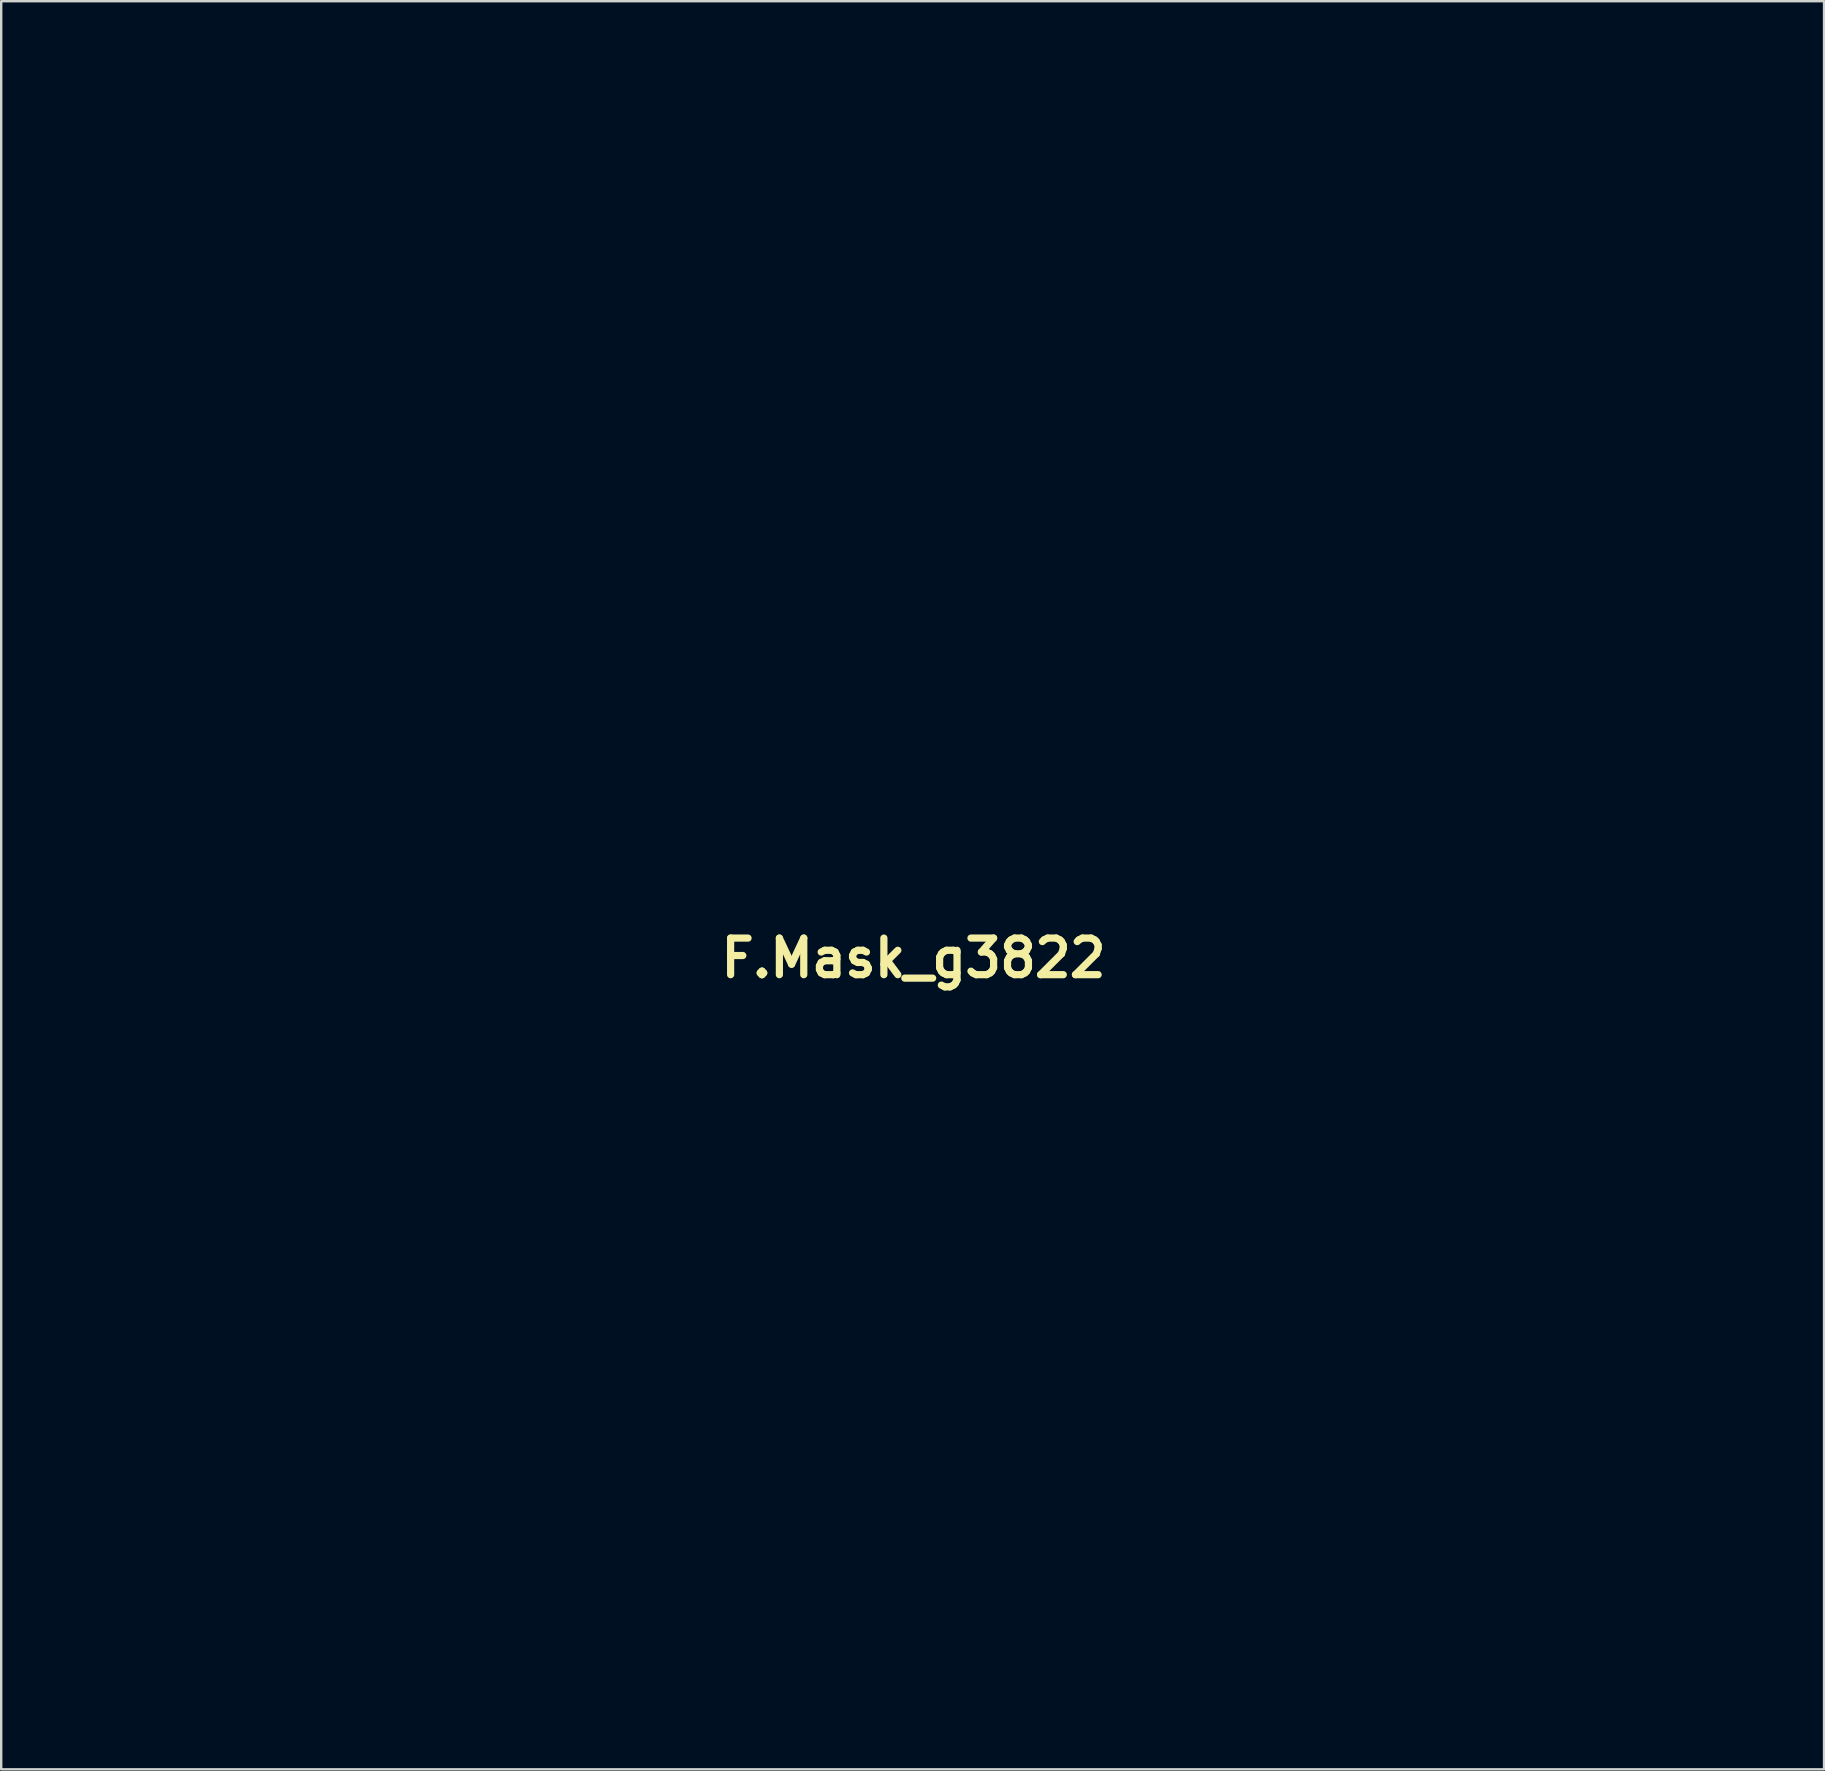
<source format=kicad_pcb>
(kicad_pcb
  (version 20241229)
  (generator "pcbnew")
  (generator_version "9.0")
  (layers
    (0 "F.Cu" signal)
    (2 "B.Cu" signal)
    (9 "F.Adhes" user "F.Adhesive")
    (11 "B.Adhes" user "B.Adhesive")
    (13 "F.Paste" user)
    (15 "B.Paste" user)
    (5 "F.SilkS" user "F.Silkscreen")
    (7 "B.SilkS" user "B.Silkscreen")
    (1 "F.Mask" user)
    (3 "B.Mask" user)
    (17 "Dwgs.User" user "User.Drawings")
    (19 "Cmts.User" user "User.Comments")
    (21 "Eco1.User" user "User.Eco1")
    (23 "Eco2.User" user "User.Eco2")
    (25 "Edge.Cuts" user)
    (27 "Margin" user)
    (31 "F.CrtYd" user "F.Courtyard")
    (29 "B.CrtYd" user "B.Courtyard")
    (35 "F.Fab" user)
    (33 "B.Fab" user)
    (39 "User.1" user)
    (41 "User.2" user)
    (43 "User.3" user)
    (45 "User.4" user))
  (footprint "F.Mask_g3822"
    (layer "F.Cu")
    (at 35.015 36.875)
    (property "Reference" "F.Mask_g3822" (at 0 0 0) (layer "F.SilkS") (effects (font (size 1.524 1.524) (thickness 0.3))))
    (attr through_hole)
    (fp_poly (pts (xy -16.401 -22.172) (xy -16.331 -22.132) (xy -16.232 -22.033) (xy -16.163 -21.917) (xy -16.126 -21.791) (xy -16.122 -21.663) (xy -16.153 -21.54) (xy -16.217 -21.434) (xy -16.311 -21.349) (xy -16.424 -21.291) (xy -16.546 -21.263) (xy -16.666 -21.27) (xy -16.708 -21.282) (xy -16.817 -21.342) (xy -16.906 -21.432) (xy -16.971 -21.543) (xy -17.008 -21.666) (xy -17.013 -21.792) (xy -16.985 -21.903) (xy -16.924 -22.005) (xy -16.834 -22.098) (xy -16.734 -22.166) (xy -16.628 -22.199) (xy -16.512 -22.2) (xy -16.401 -22.172)) (stroke (width 0.01) (type solid)) (fill yes) (layer "F.Mask"))
    (fp_poly (pts (xy -17.71 -24.862) (xy -17.594 -24.795) (xy -17.522 -24.727) (xy -17.449 -24.619) (xy -17.411 -24.503) (xy -17.406 -24.385) (xy -17.43 -24.271) (xy -17.48 -24.165) (xy -17.552 -24.074) (xy -17.643 -24.003) (xy -17.75 -23.958) (xy -17.869 -23.944) (xy -17.981 -23.962) (xy -18.077 -24.01) (xy -18.165 -24.09) (xy -18.238 -24.191) (xy -18.289 -24.302) (xy -18.309 -24.415) (xy -18.309 -24.423) (xy -18.29 -24.54) (xy -18.236 -24.654) (xy -18.157 -24.755) (xy -18.059 -24.832) (xy -17.967 -24.872) (xy -17.835 -24.888) (xy -17.71 -24.862)) (stroke (width 0.01) (type solid)) (fill yes) (layer "F.Mask"))
    (fp_poly (pts (xy -15.044 -22.735) (xy -14.938 -22.681) (xy -14.848 -22.6) (xy -14.778 -22.498) (xy -14.732 -22.384) (xy -14.713 -22.264) (xy -14.727 -22.145) (xy -14.755 -22.073) (xy -14.833 -21.959) (xy -14.933 -21.874) (xy -15.048 -21.822) (xy -15.171 -21.805) (xy -15.295 -21.825) (xy -15.335 -21.841) (xy -15.444 -21.912) (xy -15.532 -22.012) (xy -15.593 -22.13) (xy -15.62 -22.257) (xy -15.621 -22.281) (xy -15.601 -22.408) (xy -15.547 -22.525) (xy -15.465 -22.624) (xy -15.361 -22.7) (xy -15.243 -22.744) (xy -15.16 -22.754) (xy -15.044 -22.735)) (stroke (width 0.01) (type solid)) (fill yes) (layer "F.Mask"))
    (fp_poly (pts (xy -19.061 -24.259) (xy -18.948 -24.209) (xy -18.857 -24.134) (xy -18.79 -24.039) (xy -18.747 -23.932) (xy -18.731 -23.817) (xy -18.742 -23.701) (xy -18.782 -23.591) (xy -18.853 -23.492) (xy -18.955 -23.411) (xy -18.994 -23.391) (xy -19.12 -23.351) (xy -19.244 -23.351) (xy -19.361 -23.391) (xy -19.392 -23.41) (xy -19.508 -23.507) (xy -19.588 -23.619) (xy -19.63 -23.739) (xy -19.634 -23.864) (xy -19.598 -23.988) (xy -19.522 -24.106) (xy -19.513 -24.117) (xy -19.432 -24.199) (xy -19.356 -24.249) (xy -19.273 -24.273) (xy -19.194 -24.278) (xy -19.061 -24.259)) (stroke (width 0.01) (type solid)) (fill yes) (layer "F.Mask"))
    (fp_poly (pts (xy -17.973 -21.8) (xy -17.924 -21.774) (xy -17.798 -21.68) (xy -17.711 -21.57) (xy -17.663 -21.444) (xy -17.654 -21.307) (xy -17.677 -21.186) (xy -17.726 -21.083) (xy -17.802 -20.993) (xy -17.896 -20.922) (xy -17.999 -20.874) (xy -18.104 -20.857) (xy -18.182 -20.868) (xy -18.313 -20.928) (xy -18.42 -21.015) (xy -18.498 -21.122) (xy -18.544 -21.242) (xy -18.554 -21.37) (xy -18.55 -21.402) (xy -18.512 -21.516) (xy -18.44 -21.623) (xy -18.345 -21.715) (xy -18.233 -21.782) (xy -18.116 -21.817) (xy -18.11 -21.817) (xy -18.037 -21.819) (xy -17.973 -21.8)) (stroke (width 0.01) (type solid)) (fill yes) (layer "F.Mask"))
    (fp_poly (pts (xy -20.329 -25.297) (xy -20.209 -25.243) (xy -20.113 -25.158) (xy -20.047 -25.045) (xy -20.031 -25.001) (xy -20.008 -24.858) (xy -20.022 -24.725) (xy -20.069 -24.606) (xy -20.147 -24.509) (xy -20.25 -24.436) (xy -20.376 -24.395) (xy -20.433 -24.388) (xy -20.51 -24.386) (xy -20.564 -24.394) (xy -20.615 -24.417) (xy -20.666 -24.451) (xy -20.785 -24.552) (xy -20.865 -24.665) (xy -20.906 -24.785) (xy -20.908 -24.908) (xy -20.87 -25.03) (xy -20.791 -25.148) (xy -20.779 -25.162) (xy -20.697 -25.241) (xy -20.621 -25.289) (xy -20.539 -25.311) (xy -20.469 -25.315) (xy -20.329 -25.297)) (stroke (width 0.01) (type solid)) (fill yes) (layer "F.Mask"))
    (fp_poly (pts (xy -17.808 -23.249) (xy -17.746 -23.223) (xy -17.7 -23.199) (xy -17.582 -23.121) (xy -17.502 -23.027) (xy -17.456 -22.914) (xy -17.441 -22.774) (xy -17.441 -22.771) (xy -17.46 -22.642) (xy -17.51 -22.527) (xy -17.587 -22.43) (xy -17.683 -22.357) (xy -17.794 -22.311) (xy -17.912 -22.299) (xy -18.025 -22.322) (xy -18.143 -22.385) (xy -18.234 -22.477) (xy -18.296 -22.589) (xy -18.327 -22.714) (xy -18.324 -22.844) (xy -18.284 -22.973) (xy -18.272 -22.998) (xy -18.196 -23.099) (xy -18.095 -23.182) (xy -17.982 -23.237) (xy -17.919 -23.253) (xy -17.86 -23.257) (xy -17.808 -23.249)) (stroke (width 0.01) (type solid)) (fill yes) (layer "F.Mask"))
    (fp_poly (pts (xy -16.697 -20.642) (xy -16.595 -20.591) (xy -16.503 -20.501) (xy -16.486 -20.48) (xy -16.406 -20.348) (xy -16.368 -20.219) (xy -16.372 -20.092) (xy -16.418 -19.968) (xy -16.486 -19.872) (xy -16.588 -19.78) (xy -16.704 -19.725) (xy -16.828 -19.709) (xy -16.952 -19.732) (xy -16.986 -19.746) (xy -17.074 -19.802) (xy -17.158 -19.884) (xy -17.224 -19.977) (xy -17.243 -20.016) (xy -17.267 -20.115) (xy -17.269 -20.227) (xy -17.25 -20.333) (xy -17.232 -20.379) (xy -17.153 -20.493) (xy -17.051 -20.581) (xy -16.935 -20.638) (xy -16.813 -20.659) (xy -16.812 -20.659) (xy -16.697 -20.642)) (stroke (width 0.01) (type solid)) (fill yes) (layer "F.Mask"))
    (fp_poly (pts (xy -19.214 -22.789) (xy -19.188 -22.778) (xy -19.06 -22.703) (xy -18.97 -22.609) (xy -18.916 -22.495) (xy -18.898 -22.36) (xy -18.898 -22.354) (xy -18.913 -22.216) (xy -18.961 -22.097) (xy -19.018 -22.018) (xy -19.092 -21.946) (xy -19.179 -21.902) (xy -19.29 -21.877) (xy -19.319 -21.874) (xy -19.404 -21.871) (xy -19.469 -21.882) (xy -19.53 -21.908) (xy -19.631 -21.98) (xy -19.714 -22.08) (xy -19.771 -22.196) (xy -19.795 -22.316) (xy -19.796 -22.331) (xy -19.775 -22.459) (xy -19.717 -22.579) (xy -19.627 -22.684) (xy -19.53 -22.755) (xy -19.42 -22.803) (xy -19.318 -22.814) (xy -19.214 -22.789)) (stroke (width 0.01) (type solid)) (fill yes) (layer "F.Mask"))
    (fp_poly (pts (xy -16.499 -23.819) (xy -16.413 -23.782) (xy -16.329 -23.73) (xy -16.262 -23.673) (xy -16.25 -23.657) (xy -16.184 -23.547) (xy -16.141 -23.426) (xy -16.129 -23.328) (xy -16.142 -23.248) (xy -16.177 -23.154) (xy -16.224 -23.065) (xy -16.276 -22.997) (xy -16.28 -22.993) (xy -16.383 -22.926) (xy -16.507 -22.89) (xy -16.641 -22.886) (xy -16.737 -22.905) (xy -16.806 -22.939) (xy -16.88 -23) (xy -16.947 -23.074) (xy -16.986 -23.135) (xy -17.024 -23.247) (xy -17.034 -23.374) (xy -17.017 -23.489) (xy -16.967 -23.597) (xy -16.886 -23.694) (xy -16.784 -23.77) (xy -16.67 -23.819) (xy -16.571 -23.833) (xy -16.499 -23.819)) (stroke (width 0.01) (type solid)) (fill yes) (layer "F.Mask"))
    (fp_poly (pts (xy -19.014 -25.878) (xy -18.977 -25.866) (xy -18.907 -25.825) (xy -18.83 -25.759) (xy -18.76 -25.68) (xy -18.709 -25.601) (xy -18.699 -25.578) (xy -18.676 -25.473) (xy -18.676 -25.355) (xy -18.698 -25.244) (xy -18.718 -25.196) (xy -18.779 -25.109) (xy -18.862 -25.029) (xy -18.931 -24.983) (xy -19.012 -24.955) (xy -19.109 -24.942) (xy -19.204 -24.944) (xy -19.281 -24.962) (xy -19.293 -24.968) (xy -19.406 -25.049) (xy -19.494 -25.153) (xy -19.518 -25.193) (xy -19.547 -25.285) (xy -19.558 -25.397) (xy -19.549 -25.513) (xy -19.522 -25.614) (xy -19.518 -25.623) (xy -19.451 -25.726) (xy -19.358 -25.807) (xy -19.248 -25.862) (xy -19.13 -25.887) (xy -19.014 -25.878)) (stroke (width 0.01) (type solid)) (fill yes) (layer "F.Mask"))
    (fp_poly (pts (xy -20.52 -23.861) (xy -20.402 -23.815) (xy -20.303 -23.733) (xy -20.267 -23.687) (xy -20.236 -23.64) (xy -20.217 -23.598) (xy -20.208 -23.547) (xy -20.204 -23.476) (xy -20.204 -23.41) (xy -20.205 -23.319) (xy -20.209 -23.258) (xy -20.221 -23.215) (xy -20.242 -23.177) (xy -20.269 -23.142) (xy -20.349 -23.063) (xy -20.445 -22.995) (xy -20.543 -22.949) (xy -20.595 -22.936) (xy -20.665 -22.937) (xy -20.744 -22.953) (xy -20.759 -22.958) (xy -20.87 -23.017) (xy -20.964 -23.104) (xy -21.036 -23.21) (xy -21.081 -23.326) (xy -21.094 -23.444) (xy -21.084 -23.516) (xy -21.027 -23.645) (xy -20.932 -23.76) (xy -20.877 -23.806) (xy -20.823 -23.841) (xy -20.765 -23.86) (xy -20.687 -23.869) (xy -20.661 -23.871) (xy -20.52 -23.861)) (stroke (width 0.01) (type solid)) (fill yes) (layer "F.Mask"))
    (fp_poly (pts (xy -33.966 -36.866) (xy -33.869 -36.852) (xy -33.753 -36.827) (xy -33.736 -36.823) (xy -33.428 -36.735) (xy -33.096 -36.615) (xy -32.742 -36.464) (xy -32.369 -36.283) (xy -31.979 -36.073) (xy -31.574 -35.837) (xy -31.156 -35.575) (xy -30.728 -35.288) (xy -30.291 -34.978) (xy -29.848 -34.645) (xy -29.4 -34.292) (xy -29.302 -34.213) (xy -29.173 -34.106) (xy -29.044 -33.997) (xy -28.921 -33.891) (xy -28.806 -33.791) (xy -28.705 -33.7) (xy -28.621 -33.622) (xy -28.558 -33.561) (xy -28.52 -33.521) (xy -28.512 -33.506) (xy -28.524 -33.486) (xy -28.561 -33.436) (xy -28.619 -33.36) (xy -28.697 -33.26) (xy -28.791 -33.139) (xy -28.899 -33.002) (xy -29.018 -32.851) (xy -29.146 -32.69) (xy -29.182 -32.644) (xy -29.327 -32.462) (xy -29.476 -32.275) (xy -29.624 -32.089) (xy -29.766 -31.909) (xy -29.899 -31.741) (xy -30.018 -31.59) (xy -30.118 -31.462) (xy -30.183 -31.379) (xy -30.337 -31.18) (xy -30.472 -31.008) (xy -30.587 -30.864) (xy -30.679 -30.748) (xy -30.749 -30.663) (xy -30.796 -30.609) (xy -30.818 -30.587) (xy -30.819 -30.587) (xy -30.838 -30.6) (xy -30.883 -30.635) (xy -30.949 -30.689) (xy -31.031 -30.756) (xy -31.083 -30.8) (xy -31.604 -31.249) (xy -32.086 -31.684) (xy -32.53 -32.106) (xy -32.935 -32.516) (xy -33.304 -32.914) (xy -33.635 -33.303) (xy -33.931 -33.681) (xy -34.192 -34.05) (xy -34.418 -34.412) (xy -34.61 -34.766) (xy -34.769 -35.113) (xy -34.892 -35.448) (xy -34.94 -35.596) (xy -34.974 -35.712) (xy -34.997 -35.805) (xy -35.008 -35.882) (xy -35.01 -35.951) (xy -35.004 -36.021) (xy -34.991 -36.098) (xy -34.988 -36.111) (xy -34.93 -36.318) (xy -34.847 -36.496) (xy -34.74 -36.641) (xy -34.611 -36.753) (xy -34.527 -36.801) (xy -34.463 -36.829) (xy -34.401 -36.848) (xy -34.329 -36.859) (xy -34.233 -36.866) (xy -34.184 -36.868) (xy -34.065 -36.87) (xy -33.966 -36.866)) (stroke (width 0.01) (type solid)) (fill yes) (layer "F.Mask"))
    (fp_poly (pts (xy -7.955 -19.854) (xy -7.869 -19.851) (xy -7.797 -19.842) (xy -7.732 -19.824) (xy -7.667 -19.794) (xy -7.595 -19.749) (xy -7.508 -19.686) (xy -7.4 -19.601) (xy -7.318 -19.537) (xy -7.038 -19.315) (xy -7.324 -19.291) (xy -7.536 -19.269) (xy -7.722 -19.24) (xy -7.895 -19.199) (xy -8.065 -19.144) (xy -8.245 -19.071) (xy -8.445 -18.978) (xy -8.477 -18.962) (xy -8.811 -18.777) (xy -9.151 -18.551) (xy -9.498 -18.283) (xy -9.852 -17.974) (xy -10.212 -17.624) (xy -10.44 -17.384) (xy -10.594 -17.215) (xy -10.724 -17.066) (xy -10.839 -16.927) (xy -10.945 -16.788) (xy -11.05 -16.64) (xy -11.159 -16.478) (xy -11.396 -16.084) (xy -11.591 -15.684) (xy -11.745 -15.28) (xy -11.858 -14.87) (xy -11.928 -14.457) (xy -11.95 -14.213) (xy -11.953 -13.98) (xy -11.938 -13.73) (xy -11.905 -13.478) (xy -11.858 -13.233) (xy -11.797 -13.008) (xy -11.737 -12.843) (xy -11.732 -12.813) (xy -11.74 -12.806) (xy -11.761 -12.819) (xy -11.81 -12.855) (xy -11.88 -12.909) (xy -11.966 -12.978) (xy -12.064 -13.057) (xy -12.065 -13.058) (xy -12.173 -13.147) (xy -12.253 -13.215) (xy -12.311 -13.268) (xy -12.352 -13.311) (xy -12.381 -13.351) (xy -12.404 -13.393) (xy -12.426 -13.443) (xy -12.431 -13.455) (xy -12.489 -13.613) (xy -12.545 -13.795) (xy -12.594 -13.985) (xy -12.631 -14.164) (xy -12.639 -14.213) (xy -12.654 -14.354) (xy -12.662 -14.522) (xy -12.665 -14.705) (xy -12.661 -14.89) (xy -12.651 -15.065) (xy -12.635 -15.215) (xy -12.628 -15.261) (xy -12.547 -15.639) (xy -12.437 -16.003) (xy -12.296 -16.357) (xy -12.123 -16.705) (xy -11.915 -17.049) (xy -11.671 -17.393) (xy -11.389 -17.741) (xy -11.137 -18.023) (xy -10.783 -18.385) (xy -10.436 -18.708) (xy -10.094 -18.991) (xy -9.76 -19.233) (xy -9.433 -19.435) (xy -9.218 -19.548) (xy -9.003 -19.648) (xy -8.813 -19.725) (xy -8.639 -19.782) (xy -8.473 -19.82) (xy -8.306 -19.843) (xy -8.129 -19.853) (xy -8.063 -19.854) (xy -7.955 -19.854)) (stroke (width 0.01) (type solid)) (fill yes) (layer "F.Mask"))
    (fp_poly (pts (xy -9.049 -20.645) (xy -8.938 -20.633) (xy -8.856 -20.614) (xy -8.842 -20.609) (xy -8.808 -20.589) (xy -8.751 -20.55) (xy -8.678 -20.498) (xy -8.597 -20.438) (xy -8.515 -20.376) (xy -8.439 -20.317) (xy -8.376 -20.266) (xy -8.334 -20.229) (xy -8.319 -20.212) (xy -8.339 -20.206) (xy -8.392 -20.198) (xy -8.47 -20.191) (xy -8.549 -20.185) (xy -8.752 -20.168) (xy -8.938 -20.139) (xy -9.116 -20.096) (xy -9.297 -20.037) (xy -9.49 -19.958) (xy -9.706 -19.856) (xy -9.727 -19.846) (xy -9.968 -19.719) (xy -10.195 -19.585) (xy -10.414 -19.438) (xy -10.631 -19.275) (xy -10.853 -19.09) (xy -11.085 -18.88) (xy -11.333 -18.639) (xy -11.367 -18.606) (xy -11.559 -18.41) (xy -11.725 -18.237) (xy -11.869 -18.08) (xy -11.997 -17.933) (xy -12.112 -17.791) (xy -12.22 -17.648) (xy -12.326 -17.497) (xy -12.371 -17.431) (xy -12.615 -17.036) (xy -12.817 -16.641) (xy -12.977 -16.245) (xy -13.095 -15.849) (xy -13.17 -15.453) (xy -13.204 -15.057) (xy -13.195 -14.662) (xy -13.188 -14.585) (xy -13.161 -14.383) (xy -13.117 -14.159) (xy -13.061 -13.926) (xy -13.027 -13.806) (xy -13.022 -13.77) (xy -13.031 -13.759) (xy -13.053 -13.772) (xy -13.101 -13.807) (xy -13.171 -13.861) (xy -13.256 -13.928) (xy -13.324 -13.983) (xy -13.417 -14.059) (xy -13.498 -14.128) (xy -13.562 -14.183) (xy -13.603 -14.221) (xy -13.615 -14.234) (xy -13.628 -14.265) (xy -13.65 -14.325) (xy -13.679 -14.406) (xy -13.696 -14.457) (xy -13.792 -14.809) (xy -13.846 -15.17) (xy -13.859 -15.541) (xy -13.831 -15.922) (xy -13.766 -16.296) (xy -13.665 -16.664) (xy -13.525 -17.038) (xy -13.35 -17.41) (xy -13.141 -17.776) (xy -12.901 -18.131) (xy -12.877 -18.164) (xy -12.706 -18.381) (xy -12.508 -18.612) (xy -12.288 -18.852) (xy -12.055 -19.091) (xy -11.815 -19.323) (xy -11.577 -19.541) (xy -11.347 -19.736) (xy -11.261 -19.805) (xy -11.007 -19.99) (xy -10.743 -20.158) (xy -10.475 -20.306) (xy -10.208 -20.43) (xy -9.949 -20.529) (xy -9.704 -20.599) (xy -9.477 -20.638) (xy -9.463 -20.64) (xy -9.322 -20.649) (xy -9.181 -20.65) (xy -9.049 -20.645)) (stroke (width 0.01) (type solid)) (fill yes) (layer "F.Mask"))
    (fp_poly (pts (xy 1.086 24.6) (xy 1.101 24.608) (xy 1.093 24.633) (xy 1.071 24.688) (xy 1.039 24.764) (xy 1.001 24.854) (xy 0.96 24.948) (xy 0.92 25.039) (xy 0.885 25.117) (xy 0.859 25.174) (xy 0.844 25.202) (xy 0.844 25.202) (xy 0.811 25.222) (xy 0.756 25.239) (xy 0.746 25.241) (xy 0.7 25.252) (xy 0.622 25.275) (xy 0.521 25.306) (xy 0.406 25.342) (xy 0.319 25.371) (xy -0.125 25.53) (xy -0.538 25.703) (xy -0.92 25.89) (xy -1.269 26.088) (xy -1.585 26.298) (xy -1.865 26.518) (xy -2.11 26.748) (xy -2.317 26.986) (xy -2.486 27.232) (xy -2.616 27.485) (xy -2.705 27.743) (xy -2.724 27.821) (xy -2.744 27.974) (xy -2.747 28.148) (xy -2.733 28.326) (xy -2.703 28.489) (xy -2.688 28.543) (xy -2.593 28.783) (xy -2.459 29.023) (xy -2.287 29.262) (xy -2.082 29.496) (xy -1.845 29.723) (xy -1.579 29.939) (xy -1.287 30.143) (xy -1.079 30.269) (xy -1.007 30.311) (xy -0.949 30.345) (xy -0.916 30.365) (xy -0.911 30.368) (xy -0.915 30.39) (xy -0.934 30.439) (xy -0.966 30.507) (xy -1.004 30.583) (xy -1.045 30.66) (xy -1.084 30.727) (xy -1.115 30.776) (xy -1.134 30.797) (xy -1.135 30.797) (xy -1.162 30.788) (xy -1.219 30.763) (xy -1.299 30.725) (xy -1.395 30.678) (xy -1.443 30.654) (xy -1.78 30.467) (xy -2.087 30.264) (xy -2.364 30.045) (xy -2.608 29.813) (xy -2.816 29.571) (xy -2.988 29.319) (xy -3.121 29.061) (xy -3.194 28.863) (xy -3.237 28.69) (xy -3.269 28.489) (xy -3.29 28.27) (xy -3.298 28.048) (xy -3.296 27.919) (xy -3.278 27.689) (xy -3.242 27.474) (xy -3.185 27.271) (xy -3.106 27.075) (xy -3.001 26.883) (xy -2.87 26.693) (xy -2.709 26.5) (xy -2.516 26.301) (xy -2.29 26.093) (xy -2.027 25.872) (xy -1.955 25.814) (xy -1.748 25.651) (xy -1.563 25.513) (xy -1.392 25.395) (xy -1.227 25.291) (xy -1.061 25.196) (xy -0.884 25.105) (xy -0.859 25.092) (xy -0.454 24.914) (xy -0.044 24.775) (xy 0.378 24.673) (xy 0.638 24.628) (xy 0.753 24.614) (xy 0.863 24.603) (xy 0.96 24.597) (xy 1.037 24.596) (xy 1.086 24.6)) (stroke (width 0.01) (type solid)) (fill yes) (layer "F.Mask"))
    (fp_poly (pts (xy -10.118 -21.287) (xy -10.003 -21.281) (xy -9.91 -21.272) (xy -9.848 -21.261) (xy -9.819 -21.249) (xy -9.805 -21.229) (xy -9.805 -21.194) (xy -9.819 -21.134) (xy -9.843 -21.052) (xy -9.887 -20.913) (xy -10.008 -20.913) (xy -10.169 -20.896) (xy -10.353 -20.848) (xy -10.559 -20.769) (xy -10.784 -20.66) (xy -11.026 -20.524) (xy -11.281 -20.36) (xy -11.548 -20.172) (xy -11.825 -19.959) (xy -12.064 -19.762) (xy -12.158 -19.68) (xy -12.273 -19.573) (xy -12.405 -19.447) (xy -12.548 -19.308) (xy -12.696 -19.161) (xy -12.844 -19.013) (xy -12.986 -18.867) (xy -13.117 -18.731) (xy -13.232 -18.609) (xy -13.324 -18.507) (xy -13.366 -18.457) (xy -13.633 -18.104) (xy -13.866 -17.726) (xy -14.065 -17.326) (xy -14.227 -16.909) (xy -14.315 -16.616) (xy -14.335 -16.541) (xy -14.35 -16.478) (xy -14.362 -16.419) (xy -14.37 -16.358) (xy -14.375 -16.287) (xy -14.379 -16.201) (xy -14.381 -16.091) (xy -14.381 -15.95) (xy -14.382 -15.822) (xy -14.381 -15.626) (xy -14.379 -15.464) (xy -14.373 -15.329) (xy -14.362 -15.211) (xy -14.346 -15.104) (xy -14.323 -15) (xy -14.293 -14.889) (xy -14.254 -14.765) (xy -14.225 -14.679) (xy -14.194 -14.585) (xy -14.169 -14.509) (xy -14.154 -14.456) (xy -14.15 -14.436) (xy -14.15 -14.436) (xy -14.168 -14.448) (xy -14.212 -14.483) (xy -14.275 -14.533) (xy -14.339 -14.585) (xy -14.425 -14.658) (xy -14.485 -14.717) (xy -14.53 -14.773) (xy -14.568 -14.837) (xy -14.592 -14.886) (xy -14.661 -15.044) (xy -14.716 -15.199) (xy -14.757 -15.359) (xy -14.787 -15.532) (xy -14.807 -15.726) (xy -14.817 -15.947) (xy -14.819 -16.161) (xy -14.818 -16.368) (xy -14.811 -16.544) (xy -14.798 -16.698) (xy -14.777 -16.841) (xy -14.746 -16.983) (xy -14.704 -17.135) (xy -14.65 -17.307) (xy -14.649 -17.311) (xy -14.498 -17.71) (xy -14.313 -18.097) (xy -14.091 -18.475) (xy -13.83 -18.849) (xy -13.642 -19.085) (xy -13.549 -19.193) (xy -13.432 -19.322) (xy -13.298 -19.464) (xy -13.152 -19.614) (xy -13.001 -19.766) (xy -12.85 -19.914) (xy -12.706 -20.051) (xy -12.575 -20.173) (xy -12.462 -20.273) (xy -12.404 -20.322) (xy -12.116 -20.54) (xy -11.826 -20.735) (xy -11.538 -20.904) (xy -11.256 -21.046) (xy -10.986 -21.157) (xy -10.73 -21.237) (xy -10.557 -21.273) (xy -10.472 -21.282) (xy -10.363 -21.287) (xy -10.241 -21.289) (xy -10.118 -21.287)) (stroke (width 0.01) (type solid)) (fill yes) (layer "F.Mask"))
    (fp_poly (pts (xy -11.477 -22.445) (xy -11.416 -22.441) (xy -11.372 -22.433) (xy -11.337 -22.419) (xy -11.302 -22.399) (xy -11.278 -22.384) (xy -11.237 -22.355) (xy -11.174 -22.308) (xy -11.091 -22.246) (xy -10.996 -22.173) (xy -10.893 -22.094) (xy -10.788 -22.012) (xy -10.686 -21.932) (xy -10.592 -21.858) (xy -10.511 -21.794) (xy -10.449 -21.744) (xy -10.411 -21.711) (xy -10.402 -21.701) (xy -10.423 -21.698) (xy -10.479 -21.692) (xy -10.56 -21.684) (xy -10.659 -21.675) (xy -10.665 -21.674) (xy -10.937 -21.638) (xy -11.204 -21.575) (xy -11.471 -21.485) (xy -11.743 -21.364) (xy -12.025 -21.211) (xy -12.323 -21.024) (xy -12.482 -20.914) (xy -12.638 -20.798) (xy -12.794 -20.671) (xy -12.958 -20.529) (xy -13.134 -20.368) (xy -13.327 -20.181) (xy -13.464 -20.046) (xy -13.68 -19.826) (xy -13.868 -19.627) (xy -14.032 -19.442) (xy -14.179 -19.264) (xy -14.311 -19.089) (xy -14.435 -18.91) (xy -14.555 -18.72) (xy -14.655 -18.551) (xy -14.854 -18.167) (xy -15.014 -17.779) (xy -15.134 -17.391) (xy -15.214 -17.002) (xy -15.253 -16.616) (xy -15.252 -16.233) (xy -15.209 -15.855) (xy -15.141 -15.541) (xy -15.11 -15.424) (xy -15.089 -15.342) (xy -15.077 -15.289) (xy -15.073 -15.258) (xy -15.075 -15.244) (xy -15.083 -15.24) (xy -15.084 -15.24) (xy -15.105 -15.253) (xy -15.154 -15.29) (xy -15.225 -15.345) (xy -15.315 -15.417) (xy -15.419 -15.5) (xy -15.483 -15.553) (xy -15.631 -15.674) (xy -15.75 -15.772) (xy -15.844 -15.853) (xy -15.916 -15.919) (xy -15.971 -15.975) (xy -16.011 -16.026) (xy -16.042 -16.075) (xy -16.065 -16.126) (xy -16.086 -16.185) (xy -16.108 -16.254) (xy -16.178 -16.5) (xy -16.226 -16.728) (xy -16.256 -16.954) (xy -16.27 -17.156) (xy -16.266 -17.543) (xy -16.22 -17.932) (xy -16.133 -18.321) (xy -16.006 -18.71) (xy -15.838 -19.095) (xy -15.631 -19.477) (xy -15.386 -19.853) (xy -15.102 -20.222) (xy -15.037 -20.299) (xy -14.914 -20.437) (xy -14.772 -20.591) (xy -14.616 -20.753) (xy -14.453 -20.916) (xy -14.29 -21.076) (xy -14.133 -21.224) (xy -13.989 -21.355) (xy -13.864 -21.462) (xy -13.832 -21.488) (xy -13.487 -21.747) (xy -13.152 -21.966) (xy -12.825 -22.146) (xy -12.505 -22.288) (xy -12.191 -22.392) (xy -12.171 -22.397) (xy -12.084 -22.418) (xy -11.999 -22.432) (xy -11.905 -22.441) (xy -11.79 -22.445) (xy -11.683 -22.446) (xy -11.563 -22.446) (xy -11.477 -22.445)) (stroke (width 0.01) (type solid)) (fill yes) (layer "F.Mask"))
    (fp_poly (pts (xy 6.363 20.357) (xy 6.617 20.651) (xy 6.851 20.942) (xy 7.063 21.226) (xy 7.25 21.5) (xy 7.412 21.762) (xy 7.545 22.007) (xy 7.647 22.233) (xy 7.714 22.423) (xy 7.773 22.663) (xy 7.819 22.928) (xy 7.851 23.205) (xy 7.869 23.483) (xy 7.871 23.748) (xy 7.856 23.989) (xy 7.854 24.003) (xy 7.815 24.275) (xy 7.757 24.564) (xy 7.682 24.862) (xy 7.595 25.163) (xy 7.496 25.459) (xy 7.388 25.743) (xy 7.274 26.007) (xy 7.157 26.244) (xy 7.038 26.447) (xy 7.023 26.469) (xy 6.954 26.563) (xy 6.859 26.675) (xy 6.746 26.799) (xy 6.622 26.927) (xy 6.496 27.051) (xy 6.373 27.164) (xy 6.262 27.258) (xy 6.216 27.293) (xy 5.911 27.501) (xy 5.573 27.7) (xy 5.213 27.884) (xy 4.841 28.049) (xy 4.466 28.189) (xy 4.353 28.226) (xy 4.238 28.262) (xy 4.158 28.286) (xy 4.108 28.296) (xy 4.083 28.293) (xy 4.077 28.277) (xy 4.086 28.247) (xy 4.097 28.22) (xy 4.115 28.176) (xy 4.147 28.099) (xy 4.187 28) (xy 4.234 27.884) (xy 4.28 27.771) (xy 4.327 27.655) (xy 4.368 27.553) (xy 4.401 27.472) (xy 4.423 27.418) (xy 4.432 27.396) (xy 4.432 27.396) (xy 4.453 27.392) (xy 4.507 27.382) (xy 4.584 27.369) (xy 4.646 27.358) (xy 4.754 27.34) (xy 4.863 27.319) (xy 4.955 27.299) (xy 4.985 27.292) (xy 5.061 27.266) (xy 5.166 27.223) (xy 5.291 27.166) (xy 5.431 27.099) (xy 5.576 27.026) (xy 5.719 26.95) (xy 5.852 26.876) (xy 5.968 26.807) (xy 6.031 26.767) (xy 6.315 26.553) (xy 6.567 26.311) (xy 6.786 26.042) (xy 6.974 25.747) (xy 7.128 25.425) (xy 7.249 25.078) (xy 7.336 24.711) (xy 7.351 24.601) (xy 7.364 24.458) (xy 7.374 24.291) (xy 7.381 24.11) (xy 7.384 23.924) (xy 7.384 23.742) (xy 7.38 23.574) (xy 7.372 23.43) (xy 7.367 23.379) (xy 7.305 22.955) (xy 7.208 22.553) (xy 7.078 22.175) (xy 6.914 21.821) (xy 6.717 21.492) (xy 6.487 21.189) (xy 6.304 20.989) (xy 6.221 20.905) (xy 6.15 20.831) (xy 6.095 20.773) (xy 6.062 20.735) (xy 6.054 20.723) (xy 6.061 20.699) (xy 6.079 20.643) (xy 6.107 20.563) (xy 6.142 20.469) (xy 6.145 20.461) (xy 6.235 20.214) (xy 6.363 20.357)) (stroke (width 0.01) (type solid)) (fill yes) (layer "F.Mask"))
    (fp_poly (pts (xy 16.408 -11.206) (xy 16.702 -11.029) (xy 17.024 -10.827) (xy 17.371 -10.604) (xy 17.738 -10.363) (xy 18.122 -10.105) (xy 18.519 -9.835) (xy 18.925 -9.554) (xy 19.336 -9.265) (xy 19.747 -8.972) (xy 20.156 -8.677) (xy 20.557 -8.382) (xy 20.947 -8.091) (xy 21.322 -7.806) (xy 21.601 -7.591) (xy 22.325 -7.02) (xy 23.016 -6.46) (xy 23.68 -5.907) (xy 24.322 -5.354) (xy 24.948 -4.798) (xy 25.564 -4.233) (xy 26.176 -3.654) (xy 26.79 -3.056) (xy 27.031 -2.816) (xy 27.552 -2.29) (xy 28.042 -1.782) (xy 28.506 -1.288) (xy 28.949 -0.802) (xy 29.374 -0.318) (xy 29.787 0.167) (xy 30.193 0.66) (xy 30.595 1.165) (xy 30.998 1.688) (xy 31.034 1.736) (xy 31.522 2.393) (xy 31.979 3.035) (xy 32.404 3.662) (xy 32.798 4.273) (xy 33.16 4.867) (xy 33.49 5.443) (xy 33.786 6.002) (xy 34.05 6.541) (xy 34.28 7.061) (xy 34.476 7.56) (xy 34.637 8.038) (xy 34.764 8.495) (xy 34.849 8.89) (xy 34.911 9.314) (xy 34.937 9.714) (xy 34.928 10.093) (xy 34.883 10.449) (xy 34.802 10.784) (xy 34.686 11.098) (xy 34.533 11.392) (xy 34.345 11.666) (xy 34.12 11.92) (xy 34.111 11.929) (xy 33.944 12.085) (xy 33.761 12.24) (xy 33.568 12.388) (xy 33.374 12.523) (xy 33.186 12.64) (xy 33.012 12.734) (xy 32.914 12.778) (xy 32.67 12.857) (xy 32.394 12.912) (xy 32.09 12.943) (xy 31.759 12.949) (xy 31.549 12.94) (xy 31.196 12.91) (xy 30.81 12.862) (xy 30.395 12.798) (xy 29.957 12.718) (xy 29.5 12.625) (xy 29.028 12.518) (xy 28.547 12.399) (xy 28.062 12.269) (xy 27.576 12.13) (xy 27.096 11.982) (xy 26.625 11.826) (xy 26.3 11.711) (xy 26.132 11.65) (xy 25.952 11.582) (xy 25.766 11.51) (xy 25.577 11.435) (xy 25.39 11.36) (xy 25.209 11.286) (xy 25.04 11.215) (xy 24.885 11.149) (xy 24.751 11.09) (xy 24.641 11.04) (xy 24.56 11) (xy 24.512 10.973) (xy 24.504 10.966) (xy 24.506 10.94) (xy 24.526 10.879) (xy 24.564 10.786) (xy 24.618 10.665) (xy 24.658 10.579) (xy 24.713 10.465) (xy 24.761 10.365) (xy 24.8 10.285) (xy 24.826 10.23) (xy 24.838 10.207) (xy 24.838 10.207) (xy 24.858 10.214) (xy 24.909 10.236) (xy 24.986 10.271) (xy 25.082 10.316) (xy 25.159 10.352) (xy 25.85 10.672) (xy 26.52 10.962) (xy 27.168 11.221) (xy 27.794 11.451) (xy 28.397 11.649) (xy 28.975 11.816) (xy 29.529 11.953) (xy 30.056 12.057) (xy 30.558 12.13) (xy 30.761 12.152) (xy 30.898 12.161) (xy 31.06 12.166) (xy 31.236 12.167) (xy 31.418 12.165) (xy 31.596 12.16) (xy 31.761 12.151) (xy 31.905 12.139) (xy 32.017 12.125) (xy 32.036 12.122) (xy 32.352 12.049) (xy 32.633 11.955) (xy 32.884 11.838) (xy 33.107 11.695) (xy 33.305 11.526) (xy 33.477 11.337) (xy 33.642 11.097) (xy 33.776 10.829) (xy 33.88 10.531) (xy 33.952 10.206) (xy 33.964 10.134) (xy 33.981 9.972) (xy 33.99 9.78) (xy 33.992 9.567) (xy 33.986 9.344) (xy 33.974 9.121) (xy 33.955 8.908) (xy 33.931 8.731) (xy 33.853 8.32) (xy 33.745 7.884) (xy 33.61 7.43) (xy 33.45 6.962) (xy 33.267 6.484) (xy 33.062 6.002) (xy 32.837 5.521) (xy 32.595 5.045) (xy 32.338 4.579) (xy 32.067 4.127) (xy 32.024 4.06) (xy 31.961 3.961) (xy 31.903 3.871) (xy 31.848 3.788) (xy 31.793 3.708) (xy 31.737 3.629) (xy 31.676 3.548) (xy 31.609 3.461) (xy 31.532 3.366) (xy 31.444 3.26) (xy 31.343 3.139) (xy 31.225 3.002) (xy 31.089 2.844) (xy 30.931 2.662) (xy 30.75 2.455) (xy 30.566 2.244) (xy 30 1.598) (xy 29.446 0.971) (xy 28.907 0.364) (xy 28.384 -0.221) (xy 27.877 -0.784) (xy 27.388 -1.322) (xy 26.917 -1.834) (xy 26.468 -2.319) (xy 26.039 -2.776) (xy 25.634 -3.204) (xy 25.252 -3.6) (xy 24.975 -3.884) (xy 24.659 -4.204) (xy 24.369 -4.494) (xy 24.104 -4.757) (xy 23.859 -4.994) (xy 23.634 -5.209) (xy 23.427 -5.401) (xy 23.234 -5.575) (xy 23.054 -5.731) (xy 22.884 -5.872) (xy 22.722 -6) (xy 22.567 -6.117) (xy 22.415 -6.224) (xy 22.299 -6.302) (xy 22.003 -6.497) (xy 21.735 -6.676) (xy 21.486 -6.845) (xy 21.247 -7.01) (xy 21.009 -7.177) (xy 20.764 -7.352) (xy 20.503 -7.541) (xy 20.299 -7.691) (xy 19.969 -7.935) (xy 19.613 -8.202) (xy 19.237 -8.487) (xy 18.846 -8.786) (xy 18.446 -9.094) (xy 18.043 -9.407) (xy 17.643 -9.72) (xy 17.252 -10.029) (xy 17.132 -10.124) (xy 16.703 -10.465) (xy 16.572 -10.773) (xy 16.524 -10.885) (xy 16.48 -10.988) (xy 16.444 -11.074) (xy 16.418 -11.134) (xy 16.411 -11.151) (xy 16.394 -11.197) (xy 16.396 -11.211) (xy 16.408 -11.206)) (stroke (width 0.01) (type solid)) (fill yes) (layer "F.Mask"))
    (fp_poly (pts (xy -7.48 -18.505) (xy -7.466 -18.481) (xy -7.438 -18.425) (xy -7.399 -18.34) (xy -7.353 -18.235) (xy -7.302 -18.114) (xy -7.282 -18.066) (xy -7.17 -17.801) (xy -7.068 -17.573) (xy -6.976 -17.382) (xy -6.892 -17.223) (xy -6.814 -17.094) (xy -6.742 -16.992) (xy -6.68 -16.922) (xy -6.558 -16.814) (xy -6.405 -16.7) (xy -6.23 -16.585) (xy -6.044 -16.474) (xy -5.855 -16.374) (xy -5.673 -16.29) (xy -5.507 -16.227) (xy -5.491 -16.222) (xy -5.317 -16.154) (xy -5.158 -16.062) (xy -5.144 -16.052) (xy -5.051 -15.988) (xy -4.942 -15.912) (xy -4.837 -15.84) (xy -4.805 -15.818) (xy -4.741 -15.773) (xy -4.647 -15.705) (xy -4.525 -15.616) (xy -4.38 -15.508) (xy -4.214 -15.385) (xy -4.031 -15.248) (xy -3.833 -15.1) (xy -3.625 -14.943) (xy -3.409 -14.781) (xy -3.189 -14.614) (xy -2.967 -14.446) (xy -2.748 -14.28) (xy -2.534 -14.117) (xy -2.329 -13.96) (xy -2.201 -13.862) (xy -1.844 -13.587) (xy -1.49 -13.314) (xy -1.137 -13.041) (xy -0.783 -12.767) (xy -0.426 -12.49) (xy -0.063 -12.207) (xy 0.308 -11.918) (xy 0.69 -11.619) (xy 1.084 -11.31) (xy 1.494 -10.988) (xy 1.921 -10.651) (xy 2.369 -10.299) (xy 2.838 -9.928) (xy 3.332 -9.537) (xy 3.853 -9.124) (xy 4.404 -8.688) (xy 4.71 -8.445) (xy 5.18 -8.072) (xy 5.647 -7.702) (xy 6.11 -7.335) (xy 6.566 -6.974) (xy 7.015 -6.618) (xy 7.455 -6.269) (xy 7.885 -5.928) (xy 8.304 -5.596) (xy 8.711 -5.275) (xy 9.103 -4.964) (xy 9.481 -4.665) (xy 9.841 -4.38) (xy 10.185 -4.109) (xy 10.509 -3.852) (xy 10.812 -3.613) (xy 11.094 -3.39) (xy 11.353 -3.186) (xy 11.588 -3) (xy 11.797 -2.836) (xy 11.979 -2.692) (xy 12.133 -2.571) (xy 12.258 -2.474) (xy 12.351 -2.401) (xy 12.404 -2.36) (xy 12.576 -2.227) (xy 12.77 -2.077) (xy 12.982 -1.912) (xy 13.211 -1.734) (xy 13.454 -1.543) (xy 13.709 -1.343) (xy 13.973 -1.135) (xy 14.246 -0.92) (xy 14.523 -0.701) (xy 14.804 -0.479) (xy 15.085 -0.256) (xy 15.365 -0.035) (xy 15.641 0.185) (xy 15.911 0.4) (xy 16.173 0.609) (xy 16.425 0.809) (xy 16.664 1) (xy 16.888 1.18) (xy 17.094 1.346) (xy 17.281 1.497) (xy 17.447 1.631) (xy 17.589 1.747) (xy 17.704 1.842) (xy 17.791 1.915) (xy 17.847 1.963) (xy 17.854 1.969) (xy 17.913 2.023) (xy 17.997 2.097) (xy 18.095 2.183) (xy 18.2 2.274) (xy 18.267 2.332) (xy 18.392 2.439) (xy 18.489 2.524) (xy 18.563 2.592) (xy 18.617 2.649) (xy 18.655 2.701) (xy 18.68 2.754) (xy 18.695 2.814) (xy 18.706 2.887) (xy 18.715 2.98) (xy 18.724 3.07) (xy 18.745 3.415) (xy 18.742 3.755) (xy 18.716 4.083) (xy 18.667 4.397) (xy 18.597 4.69) (xy 18.505 4.957) (xy 18.394 5.195) (xy 18.31 5.334) (xy 18.224 5.447) (xy 18.109 5.58) (xy 17.969 5.726) (xy 17.811 5.882) (xy 17.639 6.042) (xy 17.458 6.201) (xy 17.274 6.354) (xy 17.108 6.484) (xy 16.975 6.581) (xy 16.817 6.691) (xy 16.644 6.808) (xy 16.469 6.922) (xy 16.301 7.028) (xy 16.152 7.118) (xy 16.108 7.143) (xy 16.025 7.191) (xy 15.951 7.234) (xy 15.898 7.266) (xy 15.881 7.276) (xy 15.845 7.294) (xy 15.821 7.281) (xy 15.807 7.26) (xy 15.798 7.248) (xy 15.781 7.229) (xy 15.755 7.204) (xy 15.718 7.171) (xy 15.669 7.128) (xy 15.606 7.075) (xy 15.527 7.01) (xy 15.431 6.931) (xy 15.317 6.838) (xy 15.182 6.729) (xy 15.026 6.603) (xy 14.846 6.458) (xy 14.64 6.293) (xy 14.408 6.107) (xy 14.148 5.899) (xy 13.858 5.667) (xy 13.547 5.418) (xy 13.215 5.153) (xy 12.915 4.913) (xy 12.645 4.697) (xy 12.402 4.502) (xy 12.186 4.328) (xy 11.993 4.174) (xy 11.824 4.037) (xy 11.675 3.916) (xy 11.545 3.81) (xy 11.432 3.718) (xy 11.408 3.698) (xy 12.361 3.698) (xy 12.375 3.714) (xy 12.415 3.753) (xy 12.482 3.815) (xy 12.577 3.899) (xy 12.699 4.008) (xy 12.851 4.14) (xy 13.032 4.296) (xy 13.242 4.477) (xy 13.482 4.684) (xy 13.753 4.915) (xy 14.054 5.173) (xy 14.387 5.457) (xy 14.752 5.768) (xy 14.838 5.841) (xy 14.979 5.961) (xy 15.116 6.078) (xy 15.244 6.187) (xy 15.359 6.285) (xy 15.455 6.366) (xy 15.527 6.428) (xy 15.564 6.46) (xy 15.629 6.514) (xy 15.68 6.556) (xy 15.711 6.58) (xy 15.716 6.583) (xy 15.732 6.568) (xy 15.771 6.526) (xy 15.826 6.465) (xy 15.893 6.389) (xy 15.909 6.37) (xy 15.984 6.282) (xy 16.034 6.219) (xy 16.062 6.177) (xy 16.072 6.15) (xy 16.067 6.133) (xy 16.063 6.13) (xy 16.043 6.111) (xy 15.992 6.068) (xy 15.915 6.002) (xy 15.814 5.916) (xy 15.693 5.812) (xy 15.553 5.692) (xy 15.397 5.56) (xy 15.229 5.417) (xy 15.052 5.265) (xy 15.007 5.227) (xy 14.699 4.965) (xy 14.423 4.729) (xy 14.176 4.519) (xy 13.959 4.333) (xy 13.77 4.171) (xy 13.608 4.032) (xy 13.472 3.916) (xy 13.361 3.82) (xy 13.274 3.745) (xy 13.21 3.689) (xy 13.169 3.651) (xy 13.148 3.632) (xy 13.145 3.628) (xy 13.154 3.629) (xy 13.185 3.638) (xy 13.239 3.655) (xy 13.316 3.682) (xy 13.42 3.718) (xy 13.552 3.765) (xy 13.714 3.822) (xy 13.906 3.891) (xy 14.132 3.972) (xy 14.393 4.065) (xy 14.69 4.173) (xy 14.969 4.273) (xy 15.183 4.35) (xy 15.385 4.423) (xy 15.572 4.489) (xy 15.741 4.549) (xy 15.887 4.601) (xy 16.008 4.643) (xy 16.099 4.674) (xy 16.157 4.693) (xy 16.179 4.699) (xy 16.194 4.693) (xy 16.219 4.672) (xy 16.257 4.634) (xy 16.31 4.575) (xy 16.381 4.492) (xy 16.475 4.381) (xy 16.549 4.292) (xy 16.554 4.281) (xy 16.554 4.264) (xy 16.547 4.238) (xy 16.532 4.199) (xy 16.507 4.145) (xy 16.472 4.073) (xy 16.423 3.98) (xy 16.361 3.863) (xy 16.283 3.719) (xy 16.188 3.545) (xy 16.074 3.339) (xy 16.022 3.244) (xy 15.854 2.937) (xy 15.704 2.666) (xy 15.573 2.427) (xy 15.459 2.22) (xy 15.361 2.041) (xy 15.278 1.89) (xy 15.209 1.764) (xy 15.153 1.662) (xy 15.109 1.58) (xy 15.076 1.518) (xy 15.052 1.474) (xy 15.037 1.444) (xy 15.03 1.428) (xy 15.028 1.424) (xy 15.028 1.421) (xy 15.029 1.42) (xy 15.034 1.422) (xy 15.043 1.429) (xy 15.061 1.443) (xy 15.088 1.465) (xy 15.127 1.497) (xy 15.18 1.542) (xy 15.249 1.6) (xy 15.336 1.674) (xy 15.444 1.765) (xy 15.574 1.876) (xy 15.729 2.008) (xy 15.911 2.163) (xy 16.122 2.342) (xy 16.245 2.447) (xy 16.527 2.687) (xy 16.778 2.9) (xy 16.999 3.089) (xy 17.194 3.254) (xy 17.363 3.397) (xy 17.507 3.519) (xy 17.63 3.622) (xy 17.731 3.707) (xy 17.813 3.776) (xy 17.877 3.829) (xy 17.926 3.868) (xy 17.96 3.895) (xy 17.981 3.91) (xy 17.991 3.916) (xy 17.992 3.916) (xy 18.011 3.901) (xy 18.05 3.86) (xy 18.103 3.802) (xy 18.164 3.733) (xy 18.225 3.662) (xy 18.28 3.595) (xy 18.324 3.541) (xy 18.348 3.506) (xy 18.351 3.499) (xy 18.336 3.483) (xy 18.29 3.443) (xy 18.218 3.379) (xy 18.121 3.295) (xy 18.002 3.192) (xy 17.864 3.072) (xy 17.709 2.939) (xy 17.54 2.793) (xy 17.359 2.638) (xy 17.169 2.475) (xy 16.973 2.306) (xy 16.772 2.134) (xy 16.571 1.962) (xy 16.37 1.791) (xy 16.174 1.623) (xy 15.984 1.46) (xy 15.803 1.306) (xy 15.633 1.162) (xy 15.478 1.03) (xy 15.339 0.912) (xy 15.22 0.811) (xy 15.122 0.729) (xy 15.049 0.668) (xy 15.003 0.63) (xy 14.987 0.618) (xy 14.969 0.632) (xy 14.93 0.672) (xy 14.874 0.734) (xy 14.805 0.811) (xy 14.731 0.898) (xy 14.654 0.988) (xy 14.58 1.076) (xy 14.514 1.156) (xy 14.461 1.222) (xy 14.426 1.269) (xy 14.415 1.29) (xy 14.424 1.311) (xy 14.453 1.366) (xy 14.499 1.452) (xy 14.56 1.566) (xy 14.635 1.705) (xy 14.722 1.865) (xy 14.82 2.044) (xy 14.926 2.239) (xy 15.04 2.446) (xy 15.104 2.564) (xy 15.224 2.781) (xy 15.339 2.991) (xy 15.448 3.19) (xy 15.55 3.375) (xy 15.641 3.542) (xy 15.721 3.687) (xy 15.787 3.807) (xy 15.837 3.899) (xy 15.87 3.959) (xy 15.878 3.974) (xy 15.962 4.127) (xy 15.67 4.024) (xy 15.58 3.991) (xy 15.457 3.947) (xy 15.309 3.894) (xy 15.141 3.834) (xy 14.962 3.769) (xy 14.778 3.702) (xy 14.637 3.651) (xy 14.289 3.526) (xy 13.981 3.414) (xy 13.712 3.318) (xy 13.482 3.236) (xy 13.291 3.169) (xy 13.14 3.117) (xy 13.029 3.079) (xy 12.957 3.056) (xy 12.924 3.048) (xy 12.924 3.048) (xy 12.902 3.063) (xy 12.858 3.106) (xy 12.798 3.169) (xy 12.728 3.247) (xy 12.651 3.334) (xy 12.574 3.423) (xy 12.502 3.509) (xy 12.44 3.586) (xy 12.392 3.647) (xy 12.366 3.687) (xy 12.361 3.698) (xy 11.408 3.698) (xy 11.335 3.638) (xy 11.251 3.568) (xy 11.18 3.508) (xy 11.119 3.455) (xy 11.066 3.409) (xy 11.019 3.367) (xy 11.017 3.365) (xy 10.979 3.331) (xy 10.938 3.295) (xy 10.892 3.255) (xy 10.839 3.211) (xy 10.777 3.159) (xy 10.702 3.097) (xy 10.612 3.025) (xy 10.506 2.939) (xy 10.379 2.838) (xy 10.231 2.72) (xy 10.059 2.583) (xy 9.86 2.424) (xy 9.631 2.243) (xy 9.472 2.117) (xy 9.318 1.994) (xy 9.137 1.85) (xy 8.936 1.69) (xy 8.721 1.519) (xy 8.5 1.343) (xy 8.279 1.166) (xy 8.064 0.994) (xy 7.861 0.832) (xy 7.855 0.827) (xy 7.667 0.677) (xy 7.479 0.526) (xy 7.294 0.378) (xy 7.117 0.237) (xy 6.953 0.106) (xy 6.806 -0.011) (xy 6.681 -0.111) (xy 6.583 -0.189) (xy 6.553 -0.213) (xy 6.141 -0.539) (xy 5.761 -0.841) (xy 5.411 -1.119) (xy 5.088 -1.376) (xy 4.792 -1.612) (xy 4.52 -1.829) (xy 4.271 -2.029) (xy 4.042 -2.213) (xy 3.832 -2.382) (xy 3.64 -2.538) (xy 3.463 -2.682) (xy 3.3 -2.816) (xy 3.149 -2.942) (xy 3.008 -3.06) (xy 2.875 -3.172) (xy 2.749 -3.28) (xy 2.627 -3.385) (xy 2.509 -3.489) (xy 2.392 -3.592) (xy 2.274 -3.697) (xy 2.185 -3.777) (xy 2.085 -3.868) (xy 2.011 -3.939) (xy 1.954 -4) (xy 1.907 -4.059) (xy 1.863 -4.125) (xy 1.816 -4.207) (xy 1.795 -4.244) (xy 1.731 -4.358) (xy 1.66 -4.481) (xy 1.592 -4.597) (xy 1.551 -4.666) (xy 1.493 -4.763) (xy 1.436 -4.863) (xy 1.389 -4.951) (xy 1.372 -4.984) (xy 1.342 -5.039) (xy 1.296 -5.123) (xy 1.236 -5.23) (xy 1.166 -5.352) (xy 1.09 -5.483) (xy 1.045 -5.561) (xy 0.965 -5.699) (xy 0.886 -5.838) (xy 0.814 -5.968) (xy 0.751 -6.083) (xy 0.704 -6.174) (xy 0.688 -6.207) (xy 0.575 -6.482) (xy 0.492 -6.777) (xy 0.437 -7.096) (xy 0.411 -7.417) (xy 0.404 -7.531) (xy 0.393 -7.64) (xy 0.38 -7.732) (xy 0.367 -7.793) (xy 0.367 -7.794) (xy 0.342 -7.853) (xy 0.299 -7.934) (xy 0.245 -8.027) (xy 0.197 -8.101) (xy 0.14 -8.19) (xy 0.07 -8.306) (xy -0.005 -8.437) (xy -0.081 -8.572) (xy -0.133 -8.668) (xy -0.302 -8.983) (xy -0.478 -9.302) (xy -0.659 -9.62) (xy -0.84 -9.932) (xy -1.021 -10.235) (xy -1.199 -10.525) (xy -1.37 -10.798) (xy -1.534 -11.05) (xy -1.686 -11.276) (xy -1.825 -11.473) (xy -1.948 -11.636) (xy -1.961 -11.652) (xy -2.108 -11.831) (xy -2.258 -12.003) (xy -2.407 -12.166) (xy -2.552 -12.314) (xy -2.687 -12.445) (xy -2.81 -12.553) (xy -2.915 -12.635) (xy -2.992 -12.683) (xy -3.039 -12.705) (xy -3.077 -12.714) (xy -3.122 -12.711) (xy -3.189 -12.696) (xy -3.213 -12.69) (xy -3.369 -12.645) (xy -3.555 -12.582) (xy -3.766 -12.503) (xy -3.995 -12.411) (xy -4.237 -12.308) (xy -4.486 -12.198) (xy -4.735 -12.083) (xy -4.978 -11.966) (xy -5.209 -11.849) (xy -5.423 -11.735) (xy -5.613 -11.627) (xy -5.668 -11.594) (xy -5.83 -11.494) (xy -5.958 -11.407) (xy -6.058 -11.327) (xy -6.132 -11.248) (xy -6.185 -11.164) (xy -6.221 -11.069) (xy -6.244 -10.956) (xy -6.258 -10.819) (xy -6.267 -10.668) (xy -6.28 -10.451) (xy -6.298 -10.272) (xy -6.321 -10.125) (xy -6.342 -10.037) (xy -6.349 -10.026) (xy -6.363 -10.026) (xy -6.388 -10.038) (xy -6.428 -10.067) (xy -6.486 -10.113) (xy -6.566 -10.181) (xy -6.672 -10.272) (xy -6.763 -10.351) (xy -6.856 -10.433) (xy -6.944 -10.508) (xy -7.029 -10.581) (xy -7.116 -10.653) (xy -7.207 -10.728) (xy -7.307 -10.809) (xy -7.42 -10.899) (xy -7.548 -11.001) (xy -7.696 -11.117) (xy -7.868 -11.251) (xy -8.067 -11.406) (xy -8.234 -11.536) (xy -8.602 -11.823) (xy -8.937 -12.085) (xy -9.237 -12.323) (xy -9.503 -12.535) (xy -9.735 -12.723) (xy -9.933 -12.886) (xy -10.096 -13.024) (xy -10.097 -13.024) (xy -10.195 -13.109) (xy -10.305 -13.208) (xy -10.422 -13.315) (xy -10.544 -13.428) (xy -10.665 -13.541) (xy -10.78 -13.651) (xy -10.887 -13.755) (xy -10.981 -13.847) (xy -11.057 -13.924) (xy -11.111 -13.982) (xy -11.14 -14.017) (xy -11.143 -14.023) (xy -11.151 -14.07) (xy -11.159 -14.152) (xy -11.164 -14.26) (xy -11.169 -14.388) (xy -11.171 -14.526) (xy -11.171 -14.667) (xy -11.17 -14.804) (xy -11.166 -14.928) (xy -11.16 -15.032) (xy -11.156 -15.074) (xy -11.117 -15.372) (xy -11.064 -15.639) (xy -10.996 -15.886) (xy -10.91 -16.122) (xy -10.815 -16.33) (xy -10.679 -16.577) (xy -10.521 -16.804) (xy -10.334 -17.022) (xy -10.22 -17.136) (xy -10.085 -17.262) (xy -9.95 -17.376) (xy -9.809 -17.484) (xy -9.656 -17.589) (xy -9.486 -17.694) (xy -9.292 -17.803) (xy -9.07 -17.921) (xy -8.848 -18.033) (xy -8.562 -18.171) (xy -8.308 -18.286) (xy -8.086 -18.379) (xy -7.896 -18.449) (xy -7.739 -18.496) (xy -7.616 -18.52) (xy -7.527 -18.521) (xy -7.48 -18.505)) (stroke (width 0.01) (type solid)) (fill yes) (layer "F.Mask")))
  (gr_rect
    (start -3 -3)
    (end 72.958 70.678)
    (stroke (width 0.1) (type default))
    (fill no)
    (layer "Edge.Cuts")))
</source>
